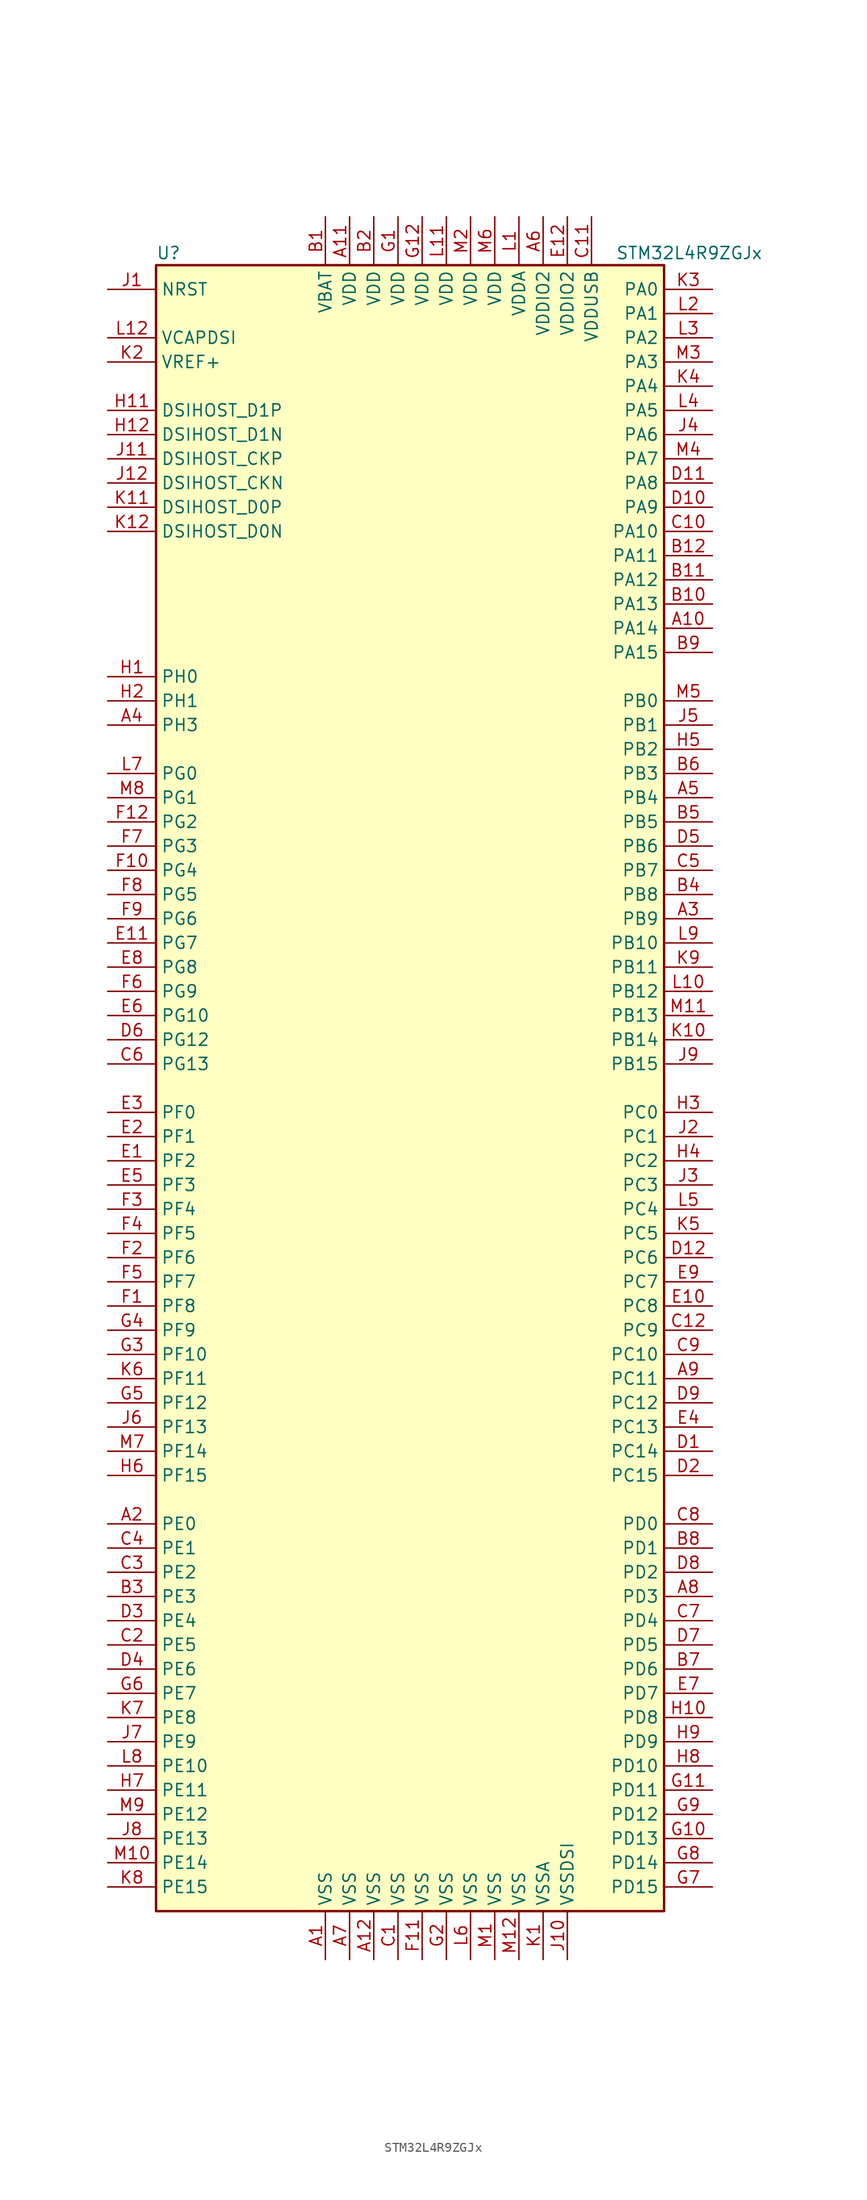
<source format=kicad_sym>
(kicad_symbol_lib
  (version 20220914)
  (generator kicad_symbol_editor)
  (symbol "STM32L4R9ZGJx"
    (property "Reference" "U"
      (at -27.94 87.63 0)
      (effects (font (size 1.27 1.27)) (justify left)))
    (property "Value" "STM32L4R9ZGJx"
      (at 20.32 87.63 0)
      (effects (font (size 1.27 1.27)) (justify left)))
    (symbol "STM32L4R9ZGJx_0_1"
      (rectangle (start -27.94 -86.36) (end 25.4 86.36) (stroke (width 0.254) (type default)) (fill (type background))))
    (symbol "STM32L4R9ZGJx_1_1"
      (pin power_in line (at -10.16 -91.44 90) (length 5.08) (name "VSS" (effects (font (size 1.27 1.27)))) (number "A1" (effects (font (size 1.27 1.27)))))
      (pin bidirectional line (at 30.48 48.26 180) (length 5.08) (name "PA14" (effects (font (size 1.27 1.27)))) (number "A10" (effects (font (size 1.27 1.27)))))
      (pin power_in line (at -7.62 91.44 270) (length 5.08) (name "VDD" (effects (font (size 1.27 1.27)))) (number "A11" (effects (font (size 1.27 1.27)))))
      (pin power_in line (at -5.08 -91.44 90) (length 5.08) (name "VSS" (effects (font (size 1.27 1.27)))) (number "A12" (effects (font (size 1.27 1.27)))))
      (pin bidirectional line (at -33.02 -45.72 0) (length 5.08) (name "PE0" (effects (font (size 1.27 1.27)))) (number "A2" (effects (font (size 1.27 1.27)))))
      (pin bidirectional line (at 30.48 17.78 180) (length 5.08) (name "PB9" (effects (font (size 1.27 1.27)))) (number "A3" (effects (font (size 1.27 1.27)))))
      (pin bidirectional line (at -33.02 38.1 0) (length 5.08) (name "PH3" (effects (font (size 1.27 1.27)))) (number "A4" (effects (font (size 1.27 1.27)))))
      (pin bidirectional line (at 30.48 30.48 180) (length 5.08) (name "PB4" (effects (font (size 1.27 1.27)))) (number "A5" (effects (font (size 1.27 1.27)))))
      (pin power_in line (at 12.7 91.44 270) (length 5.08) (name "VDDIO2" (effects (font (size 1.27 1.27)))) (number "A6" (effects (font (size 1.27 1.27)))))
      (pin power_in line (at -7.62 -91.44 90) (length 5.08) (name "VSS" (effects (font (size 1.27 1.27)))) (number "A7" (effects (font (size 1.27 1.27)))))
      (pin bidirectional line (at 30.48 -53.34 180) (length 5.08) (name "PD3" (effects (font (size 1.27 1.27)))) (number "A8" (effects (font (size 1.27 1.27)))))
      (pin bidirectional line (at 30.48 -30.48 180) (length 5.08) (name "PC11" (effects (font (size 1.27 1.27)))) (number "A9" (effects (font (size 1.27 1.27)))))
      (pin power_in line (at -10.16 91.44 270) (length 5.08) (name "VBAT" (effects (font (size 1.27 1.27)))) (number "B1" (effects (font (size 1.27 1.27)))))
      (pin bidirectional line (at 30.48 50.8 180) (length 5.08) (name "PA13" (effects (font (size 1.27 1.27)))) (number "B10" (effects (font (size 1.27 1.27)))))
      (pin bidirectional line (at 30.48 53.34 180) (length 5.08) (name "PA12" (effects (font (size 1.27 1.27)))) (number "B11" (effects (font (size 1.27 1.27)))))
      (pin bidirectional line (at 30.48 55.88 180) (length 5.08) (name "PA11" (effects (font (size 1.27 1.27)))) (number "B12" (effects (font (size 1.27 1.27)))))
      (pin power_in line (at -5.08 91.44 270) (length 5.08) (name "VDD" (effects (font (size 1.27 1.27)))) (number "B2" (effects (font (size 1.27 1.27)))))
      (pin bidirectional line (at -33.02 -53.34 0) (length 5.08) (name "PE3" (effects (font (size 1.27 1.27)))) (number "B3" (effects (font (size 1.27 1.27)))))
      (pin bidirectional line (at 30.48 20.32 180) (length 5.08) (name "PB8" (effects (font (size 1.27 1.27)))) (number "B4" (effects (font (size 1.27 1.27)))))
      (pin bidirectional line (at 30.48 27.94 180) (length 5.08) (name "PB5" (effects (font (size 1.27 1.27)))) (number "B5" (effects (font (size 1.27 1.27)))))
      (pin bidirectional line (at 30.48 33.02 180) (length 5.08) (name "PB3" (effects (font (size 1.27 1.27)))) (number "B6" (effects (font (size 1.27 1.27)))))
      (pin bidirectional line (at 30.48 -60.96 180) (length 5.08) (name "PD6" (effects (font (size 1.27 1.27)))) (number "B7" (effects (font (size 1.27 1.27)))))
      (pin bidirectional line (at 30.48 -48.26 180) (length 5.08) (name "PD1" (effects (font (size 1.27 1.27)))) (number "B8" (effects (font (size 1.27 1.27)))))
      (pin bidirectional line (at 30.48 45.72 180) (length 5.08) (name "PA15" (effects (font (size 1.27 1.27)))) (number "B9" (effects (font (size 1.27 1.27)))))
      (pin power_in line (at -2.54 -91.44 90) (length 5.08) (name "VSS" (effects (font (size 1.27 1.27)))) (number "C1" (effects (font (size 1.27 1.27)))))
      (pin bidirectional line (at 30.48 58.42 180) (length 5.08) (name "PA10" (effects (font (size 1.27 1.27)))) (number "C10" (effects (font (size 1.27 1.27)))))
      (pin power_in line (at 17.78 91.44 270) (length 5.08) (name "VDDUSB" (effects (font (size 1.27 1.27)))) (number "C11" (effects (font (size 1.27 1.27)))))
      (pin bidirectional line (at 30.48 -25.4 180) (length 5.08) (name "PC9" (effects (font (size 1.27 1.27)))) (number "C12" (effects (font (size 1.27 1.27)))))
      (pin bidirectional line (at -33.02 -58.42 0) (length 5.08) (name "PE5" (effects (font (size 1.27 1.27)))) (number "C2" (effects (font (size 1.27 1.27)))))
      (pin bidirectional line (at -33.02 -50.8 0) (length 5.08) (name "PE2" (effects (font (size 1.27 1.27)))) (number "C3" (effects (font (size 1.27 1.27)))))
      (pin bidirectional line (at -33.02 -48.26 0) (length 5.08) (name "PE1" (effects (font (size 1.27 1.27)))) (number "C4" (effects (font (size 1.27 1.27)))))
      (pin bidirectional line (at 30.48 22.86 180) (length 5.08) (name "PB7" (effects (font (size 1.27 1.27)))) (number "C5" (effects (font (size 1.27 1.27)))))
      (pin bidirectional line (at -33.02 2.54 0) (length 5.08) (name "PG13" (effects (font (size 1.27 1.27)))) (number "C6" (effects (font (size 1.27 1.27)))))
      (pin bidirectional line (at 30.48 -55.88 180) (length 5.08) (name "PD4" (effects (font (size 1.27 1.27)))) (number "C7" (effects (font (size 1.27 1.27)))))
      (pin bidirectional line (at 30.48 -45.72 180) (length 5.08) (name "PD0" (effects (font (size 1.27 1.27)))) (number "C8" (effects (font (size 1.27 1.27)))))
      (pin bidirectional line (at 30.48 -27.94 180) (length 5.08) (name "PC10" (effects (font (size 1.27 1.27)))) (number "C9" (effects (font (size 1.27 1.27)))))
      (pin bidirectional line (at 30.48 -38.1 180) (length 5.08) (name "PC14" (effects (font (size 1.27 1.27)))) (number "D1" (effects (font (size 1.27 1.27)))))
      (pin bidirectional line (at 30.48 60.96 180) (length 5.08) (name "PA9" (effects (font (size 1.27 1.27)))) (number "D10" (effects (font (size 1.27 1.27)))))
      (pin bidirectional line (at 30.48 63.5 180) (length 5.08) (name "PA8" (effects (font (size 1.27 1.27)))) (number "D11" (effects (font (size 1.27 1.27)))))
      (pin bidirectional line (at 30.48 -17.78 180) (length 5.08) (name "PC6" (effects (font (size 1.27 1.27)))) (number "D12" (effects (font (size 1.27 1.27)))))
      (pin bidirectional line (at 30.48 -40.64 180) (length 5.08) (name "PC15" (effects (font (size 1.27 1.27)))) (number "D2" (effects (font (size 1.27 1.27)))))
      (pin bidirectional line (at -33.02 -55.88 0) (length 5.08) (name "PE4" (effects (font (size 1.27 1.27)))) (number "D3" (effects (font (size 1.27 1.27)))))
      (pin bidirectional line (at -33.02 -60.96 0) (length 5.08) (name "PE6" (effects (font (size 1.27 1.27)))) (number "D4" (effects (font (size 1.27 1.27)))))
      (pin bidirectional line (at 30.48 25.4 180) (length 5.08) (name "PB6" (effects (font (size 1.27 1.27)))) (number "D5" (effects (font (size 1.27 1.27)))))
      (pin bidirectional line (at -33.02 5.08 0) (length 5.08) (name "PG12" (effects (font (size 1.27 1.27)))) (number "D6" (effects (font (size 1.27 1.27)))))
      (pin bidirectional line (at 30.48 -58.42 180) (length 5.08) (name "PD5" (effects (font (size 1.27 1.27)))) (number "D7" (effects (font (size 1.27 1.27)))))
      (pin bidirectional line (at 30.48 -50.8 180) (length 5.08) (name "PD2" (effects (font (size 1.27 1.27)))) (number "D8" (effects (font (size 1.27 1.27)))))
      (pin bidirectional line (at 30.48 -33.02 180) (length 5.08) (name "PC12" (effects (font (size 1.27 1.27)))) (number "D9" (effects (font (size 1.27 1.27)))))
      (pin bidirectional line (at -33.02 -7.62 0) (length 5.08) (name "PF2" (effects (font (size 1.27 1.27)))) (number "E1" (effects (font (size 1.27 1.27)))))
      (pin bidirectional line (at 30.48 -22.86 180) (length 5.08) (name "PC8" (effects (font (size 1.27 1.27)))) (number "E10" (effects (font (size 1.27 1.27)))))
      (pin bidirectional line (at -33.02 15.24 0) (length 5.08) (name "PG7" (effects (font (size 1.27 1.27)))) (number "E11" (effects (font (size 1.27 1.27)))))
      (pin power_in line (at 15.24 91.44 270) (length 5.08) (name "VDDIO2" (effects (font (size 1.27 1.27)))) (number "E12" (effects (font (size 1.27 1.27)))))
      (pin bidirectional line (at -33.02 -5.08 0) (length 5.08) (name "PF1" (effects (font (size 1.27 1.27)))) (number "E2" (effects (font (size 1.27 1.27)))))
      (pin bidirectional line (at -33.02 -2.54 0) (length 5.08) (name "PF0" (effects (font (size 1.27 1.27)))) (number "E3" (effects (font (size 1.27 1.27)))))
      (pin bidirectional line (at 30.48 -35.56 180) (length 5.08) (name "PC13" (effects (font (size 1.27 1.27)))) (number "E4" (effects (font (size 1.27 1.27)))))
      (pin bidirectional line (at -33.02 -10.16 0) (length 5.08) (name "PF3" (effects (font (size 1.27 1.27)))) (number "E5" (effects (font (size 1.27 1.27)))))
      (pin bidirectional line (at -33.02 7.62 0) (length 5.08) (name "PG10" (effects (font (size 1.27 1.27)))) (number "E6" (effects (font (size 1.27 1.27)))))
      (pin bidirectional line (at 30.48 -63.5 180) (length 5.08) (name "PD7" (effects (font (size 1.27 1.27)))) (number "E7" (effects (font (size 1.27 1.27)))))
      (pin bidirectional line (at -33.02 12.7 0) (length 5.08) (name "PG8" (effects (font (size 1.27 1.27)))) (number "E8" (effects (font (size 1.27 1.27)))))
      (pin bidirectional line (at 30.48 -20.32 180) (length 5.08) (name "PC7" (effects (font (size 1.27 1.27)))) (number "E9" (effects (font (size 1.27 1.27)))))
      (pin bidirectional line (at -33.02 -22.86 0) (length 5.08) (name "PF8" (effects (font (size 1.27 1.27)))) (number "F1" (effects (font (size 1.27 1.27)))))
      (pin bidirectional line (at -33.02 22.86 0) (length 5.08) (name "PG4" (effects (font (size 1.27 1.27)))) (number "F10" (effects (font (size 1.27 1.27)))))
      (pin power_in line (at 0 -91.44 90) (length 5.08) (name "VSS" (effects (font (size 1.27 1.27)))) (number "F11" (effects (font (size 1.27 1.27)))))
      (pin bidirectional line (at -33.02 27.94 0) (length 5.08) (name "PG2" (effects (font (size 1.27 1.27)))) (number "F12" (effects (font (size 1.27 1.27)))))
      (pin bidirectional line (at -33.02 -17.78 0) (length 5.08) (name "PF6" (effects (font (size 1.27 1.27)))) (number "F2" (effects (font (size 1.27 1.27)))))
      (pin bidirectional line (at -33.02 -12.7 0) (length 5.08) (name "PF4" (effects (font (size 1.27 1.27)))) (number "F3" (effects (font (size 1.27 1.27)))))
      (pin bidirectional line (at -33.02 -15.24 0) (length 5.08) (name "PF5" (effects (font (size 1.27 1.27)))) (number "F4" (effects (font (size 1.27 1.27)))))
      (pin bidirectional line (at -33.02 -20.32 0) (length 5.08) (name "PF7" (effects (font (size 1.27 1.27)))) (number "F5" (effects (font (size 1.27 1.27)))))
      (pin bidirectional line (at -33.02 10.16 0) (length 5.08) (name "PG9" (effects (font (size 1.27 1.27)))) (number "F6" (effects (font (size 1.27 1.27)))))
      (pin bidirectional line (at -33.02 25.4 0) (length 5.08) (name "PG3" (effects (font (size 1.27 1.27)))) (number "F7" (effects (font (size 1.27 1.27)))))
      (pin bidirectional line (at -33.02 20.32 0) (length 5.08) (name "PG5" (effects (font (size 1.27 1.27)))) (number "F8" (effects (font (size 1.27 1.27)))))
      (pin bidirectional line (at -33.02 17.78 0) (length 5.08) (name "PG6" (effects (font (size 1.27 1.27)))) (number "F9" (effects (font (size 1.27 1.27)))))
      (pin power_in line (at -2.54 91.44 270) (length 5.08) (name "VDD" (effects (font (size 1.27 1.27)))) (number "G1" (effects (font (size 1.27 1.27)))))
      (pin bidirectional line (at 30.48 -78.74 180) (length 5.08) (name "PD13" (effects (font (size 1.27 1.27)))) (number "G10" (effects (font (size 1.27 1.27)))))
      (pin bidirectional line (at 30.48 -73.66 180) (length 5.08) (name "PD11" (effects (font (size 1.27 1.27)))) (number "G11" (effects (font (size 1.27 1.27)))))
      (pin power_in line (at 0 91.44 270) (length 5.08) (name "VDD" (effects (font (size 1.27 1.27)))) (number "G12" (effects (font (size 1.27 1.27)))))
      (pin power_in line (at 2.54 -91.44 90) (length 5.08) (name "VSS" (effects (font (size 1.27 1.27)))) (number "G2" (effects (font (size 1.27 1.27)))))
      (pin bidirectional line (at -33.02 -27.94 0) (length 5.08) (name "PF10" (effects (font (size 1.27 1.27)))) (number "G3" (effects (font (size 1.27 1.27)))))
      (pin bidirectional line (at -33.02 -25.4 0) (length 5.08) (name "PF9" (effects (font (size 1.27 1.27)))) (number "G4" (effects (font (size 1.27 1.27)))))
      (pin bidirectional line (at -33.02 -33.02 0) (length 5.08) (name "PF12" (effects (font (size 1.27 1.27)))) (number "G5" (effects (font (size 1.27 1.27)))))
      (pin bidirectional line (at -33.02 -63.5 0) (length 5.08) (name "PE7" (effects (font (size 1.27 1.27)))) (number "G6" (effects (font (size 1.27 1.27)))))
      (pin bidirectional line (at 30.48 -83.82 180) (length 5.08) (name "PD15" (effects (font (size 1.27 1.27)))) (number "G7" (effects (font (size 1.27 1.27)))))
      (pin bidirectional line (at 30.48 -81.28 180) (length 5.08) (name "PD14" (effects (font (size 1.27 1.27)))) (number "G8" (effects (font (size 1.27 1.27)))))
      (pin bidirectional line (at 30.48 -76.2 180) (length 5.08) (name "PD12" (effects (font (size 1.27 1.27)))) (number "G9" (effects (font (size 1.27 1.27)))))
      (pin input line (at -33.02 43.18 0) (length 5.08) (name "PH0" (effects (font (size 1.27 1.27)))) (number "H1" (effects (font (size 1.27 1.27)))))
      (pin bidirectional line (at 30.48 -66.04 180) (length 5.08) (name "PD8" (effects (font (size 1.27 1.27)))) (number "H10" (effects (font (size 1.27 1.27)))))
      (pin bidirectional line (at -33.02 71.12 0) (length 5.08) (name "DSIHOST_D1P" (effects (font (size 1.27 1.27)))) (number "H11" (effects (font (size 1.27 1.27)))))
      (pin bidirectional line (at -33.02 68.58 0) (length 5.08) (name "DSIHOST_D1N" (effects (font (size 1.27 1.27)))) (number "H12" (effects (font (size 1.27 1.27)))))
      (pin input line (at -33.02 40.64 0) (length 5.08) (name "PH1" (effects (font (size 1.27 1.27)))) (number "H2" (effects (font (size 1.27 1.27)))))
      (pin bidirectional line (at 30.48 -2.54 180) (length 5.08) (name "PC0" (effects (font (size 1.27 1.27)))) (number "H3" (effects (font (size 1.27 1.27)))))
      (pin bidirectional line (at 30.48 -7.62 180) (length 5.08) (name "PC2" (effects (font (size 1.27 1.27)))) (number "H4" (effects (font (size 1.27 1.27)))))
      (pin bidirectional line (at 30.48 35.56 180) (length 5.08) (name "PB2" (effects (font (size 1.27 1.27)))) (number "H5" (effects (font (size 1.27 1.27)))))
      (pin bidirectional line (at -33.02 -40.64 0) (length 5.08) (name "PF15" (effects (font (size 1.27 1.27)))) (number "H6" (effects (font (size 1.27 1.27)))))
      (pin bidirectional line (at -33.02 -73.66 0) (length 5.08) (name "PE11" (effects (font (size 1.27 1.27)))) (number "H7" (effects (font (size 1.27 1.27)))))
      (pin bidirectional line (at 30.48 -71.12 180) (length 5.08) (name "PD10" (effects (font (size 1.27 1.27)))) (number "H8" (effects (font (size 1.27 1.27)))))
      (pin bidirectional line (at 30.48 -68.58 180) (length 5.08) (name "PD9" (effects (font (size 1.27 1.27)))) (number "H9" (effects (font (size 1.27 1.27)))))
      (pin input line (at -33.02 83.82 0) (length 5.08) (name "NRST" (effects (font (size 1.27 1.27)))) (number "J1" (effects (font (size 1.27 1.27)))))
      (pin power_in line (at 15.24 -91.44 90) (length 5.08) (name "VSSDSI" (effects (font (size 1.27 1.27)))) (number "J10" (effects (font (size 1.27 1.27)))))
      (pin bidirectional line (at -33.02 66.04 0) (length 5.08) (name "DSIHOST_CKP" (effects (font (size 1.27 1.27)))) (number "J11" (effects (font (size 1.27 1.27)))))
      (pin bidirectional line (at -33.02 63.5 0) (length 5.08) (name "DSIHOST_CKN" (effects (font (size 1.27 1.27)))) (number "J12" (effects (font (size 1.27 1.27)))))
      (pin bidirectional line (at 30.48 -5.08 180) (length 5.08) (name "PC1" (effects (font (size 1.27 1.27)))) (number "J2" (effects (font (size 1.27 1.27)))))
      (pin bidirectional line (at 30.48 -10.16 180) (length 5.08) (name "PC3" (effects (font (size 1.27 1.27)))) (number "J3" (effects (font (size 1.27 1.27)))))
      (pin bidirectional line (at 30.48 68.58 180) (length 5.08) (name "PA6" (effects (font (size 1.27 1.27)))) (number "J4" (effects (font (size 1.27 1.27)))))
      (pin bidirectional line (at 30.48 38.1 180) (length 5.08) (name "PB1" (effects (font (size 1.27 1.27)))) (number "J5" (effects (font (size 1.27 1.27)))))
      (pin bidirectional line (at -33.02 -35.56 0) (length 5.08) (name "PF13" (effects (font (size 1.27 1.27)))) (number "J6" (effects (font (size 1.27 1.27)))))
      (pin bidirectional line (at -33.02 -68.58 0) (length 5.08) (name "PE9" (effects (font (size 1.27 1.27)))) (number "J7" (effects (font (size 1.27 1.27)))))
      (pin bidirectional line (at -33.02 -78.74 0) (length 5.08) (name "PE13" (effects (font (size 1.27 1.27)))) (number "J8" (effects (font (size 1.27 1.27)))))
      (pin bidirectional line (at 30.48 2.54 180) (length 5.08) (name "PB15" (effects (font (size 1.27 1.27)))) (number "J9" (effects (font (size 1.27 1.27)))))
      (pin power_in line (at 12.7 -91.44 90) (length 5.08) (name "VSSA" (effects (font (size 1.27 1.27)))) (number "K1" (effects (font (size 1.27 1.27)))))
      (pin bidirectional line (at 30.48 5.08 180) (length 5.08) (name "PB14" (effects (font (size 1.27 1.27)))) (number "K10" (effects (font (size 1.27 1.27)))))
      (pin bidirectional line (at -33.02 60.96 0) (length 5.08) (name "DSIHOST_D0P" (effects (font (size 1.27 1.27)))) (number "K11" (effects (font (size 1.27 1.27)))))
      (pin bidirectional line (at -33.02 58.42 0) (length 5.08) (name "DSIHOST_D0N" (effects (font (size 1.27 1.27)))) (number "K12" (effects (font (size 1.27 1.27)))))
      (pin bidirectional line (at -33.02 76.2 0) (length 5.08) (name "VREF+" (effects (font (size 1.27 1.27)))) (number "K2" (effects (font (size 1.27 1.27)))))
      (pin bidirectional line (at 30.48 83.82 180) (length 5.08) (name "PA0" (effects (font (size 1.27 1.27)))) (number "K3" (effects (font (size 1.27 1.27)))))
      (pin bidirectional line (at 30.48 73.66 180) (length 5.08) (name "PA4" (effects (font (size 1.27 1.27)))) (number "K4" (effects (font (size 1.27 1.27)))))
      (pin bidirectional line (at 30.48 -15.24 180) (length 5.08) (name "PC5" (effects (font (size 1.27 1.27)))) (number "K5" (effects (font (size 1.27 1.27)))))
      (pin bidirectional line (at -33.02 -30.48 0) (length 5.08) (name "PF11" (effects (font (size 1.27 1.27)))) (number "K6" (effects (font (size 1.27 1.27)))))
      (pin bidirectional line (at -33.02 -66.04 0) (length 5.08) (name "PE8" (effects (font (size 1.27 1.27)))) (number "K7" (effects (font (size 1.27 1.27)))))
      (pin bidirectional line (at -33.02 -83.82 0) (length 5.08) (name "PE15" (effects (font (size 1.27 1.27)))) (number "K8" (effects (font (size 1.27 1.27)))))
      (pin bidirectional line (at 30.48 12.7 180) (length 5.08) (name "PB11" (effects (font (size 1.27 1.27)))) (number "K9" (effects (font (size 1.27 1.27)))))
      (pin power_in line (at 10.16 91.44 270) (length 5.08) (name "VDDA" (effects (font (size 1.27 1.27)))) (number "L1" (effects (font (size 1.27 1.27)))))
      (pin bidirectional line (at 30.48 10.16 180) (length 5.08) (name "PB12" (effects (font (size 1.27 1.27)))) (number "L10" (effects (font (size 1.27 1.27)))))
      (pin power_in line (at 2.54 91.44 270) (length 5.08) (name "VDD" (effects (font (size 1.27 1.27)))) (number "L11" (effects (font (size 1.27 1.27)))))
      (pin power_in line (at -33.02 78.74 0) (length 5.08) (name "VCAPDSI" (effects (font (size 1.27 1.27)))) (number "L12" (effects (font (size 1.27 1.27)))))
      (pin bidirectional line (at 30.48 81.28 180) (length 5.08) (name "PA1" (effects (font (size 1.27 1.27)))) (number "L2" (effects (font (size 1.27 1.27)))))
      (pin bidirectional line (at 30.48 78.74 180) (length 5.08) (name "PA2" (effects (font (size 1.27 1.27)))) (number "L3" (effects (font (size 1.27 1.27)))))
      (pin bidirectional line (at 30.48 71.12 180) (length 5.08) (name "PA5" (effects (font (size 1.27 1.27)))) (number "L4" (effects (font (size 1.27 1.27)))))
      (pin bidirectional line (at 30.48 -12.7 180) (length 5.08) (name "PC4" (effects (font (size 1.27 1.27)))) (number "L5" (effects (font (size 1.27 1.27)))))
      (pin power_in line (at 5.08 -91.44 90) (length 5.08) (name "VSS" (effects (font (size 1.27 1.27)))) (number "L6" (effects (font (size 1.27 1.27)))))
      (pin bidirectional line (at -33.02 33.02 0) (length 5.08) (name "PG0" (effects (font (size 1.27 1.27)))) (number "L7" (effects (font (size 1.27 1.27)))))
      (pin bidirectional line (at -33.02 -71.12 0) (length 5.08) (name "PE10" (effects (font (size 1.27 1.27)))) (number "L8" (effects (font (size 1.27 1.27)))))
      (pin bidirectional line (at 30.48 15.24 180) (length 5.08) (name "PB10" (effects (font (size 1.27 1.27)))) (number "L9" (effects (font (size 1.27 1.27)))))
      (pin power_in line (at 7.62 -91.44 90) (length 5.08) (name "VSS" (effects (font (size 1.27 1.27)))) (number "M1" (effects (font (size 1.27 1.27)))))
      (pin bidirectional line (at -33.02 -81.28 0) (length 5.08) (name "PE14" (effects (font (size 1.27 1.27)))) (number "M10" (effects (font (size 1.27 1.27)))))
      (pin bidirectional line (at 30.48 7.62 180) (length 5.08) (name "PB13" (effects (font (size 1.27 1.27)))) (number "M11" (effects (font (size 1.27 1.27)))))
      (pin power_in line (at 10.16 -91.44 90) (length 5.08) (name "VSS" (effects (font (size 1.27 1.27)))) (number "M12" (effects (font (size 1.27 1.27)))))
      (pin power_in line (at 5.08 91.44 270) (length 5.08) (name "VDD" (effects (font (size 1.27 1.27)))) (number "M2" (effects (font (size 1.27 1.27)))))
      (pin bidirectional line (at 30.48 76.2 180) (length 5.08) (name "PA3" (effects (font (size 1.27 1.27)))) (number "M3" (effects (font (size 1.27 1.27)))))
      (pin bidirectional line (at 30.48 66.04 180) (length 5.08) (name "PA7" (effects (font (size 1.27 1.27)))) (number "M4" (effects (font (size 1.27 1.27)))))
      (pin bidirectional line (at 30.48 40.64 180) (length 5.08) (name "PB0" (effects (font (size 1.27 1.27)))) (number "M5" (effects (font (size 1.27 1.27)))))
      (pin power_in line (at 7.62 91.44 270) (length 5.08) (name "VDD" (effects (font (size 1.27 1.27)))) (number "M6" (effects (font (size 1.27 1.27)))))
      (pin bidirectional line (at -33.02 -38.1 0) (length 5.08) (name "PF14" (effects (font (size 1.27 1.27)))) (number "M7" (effects (font (size 1.27 1.27)))))
      (pin bidirectional line (at -33.02 30.48 0) (length 5.08) (name "PG1" (effects (font (size 1.27 1.27)))) (number "M8" (effects (font (size 1.27 1.27)))))
      (pin bidirectional line (at -33.02 -76.2 0) (length 5.08) (name "PE12" (effects (font (size 1.27 1.27)))) (number "M9" (effects (font (size 1.27 1.27))))))))
</source>
